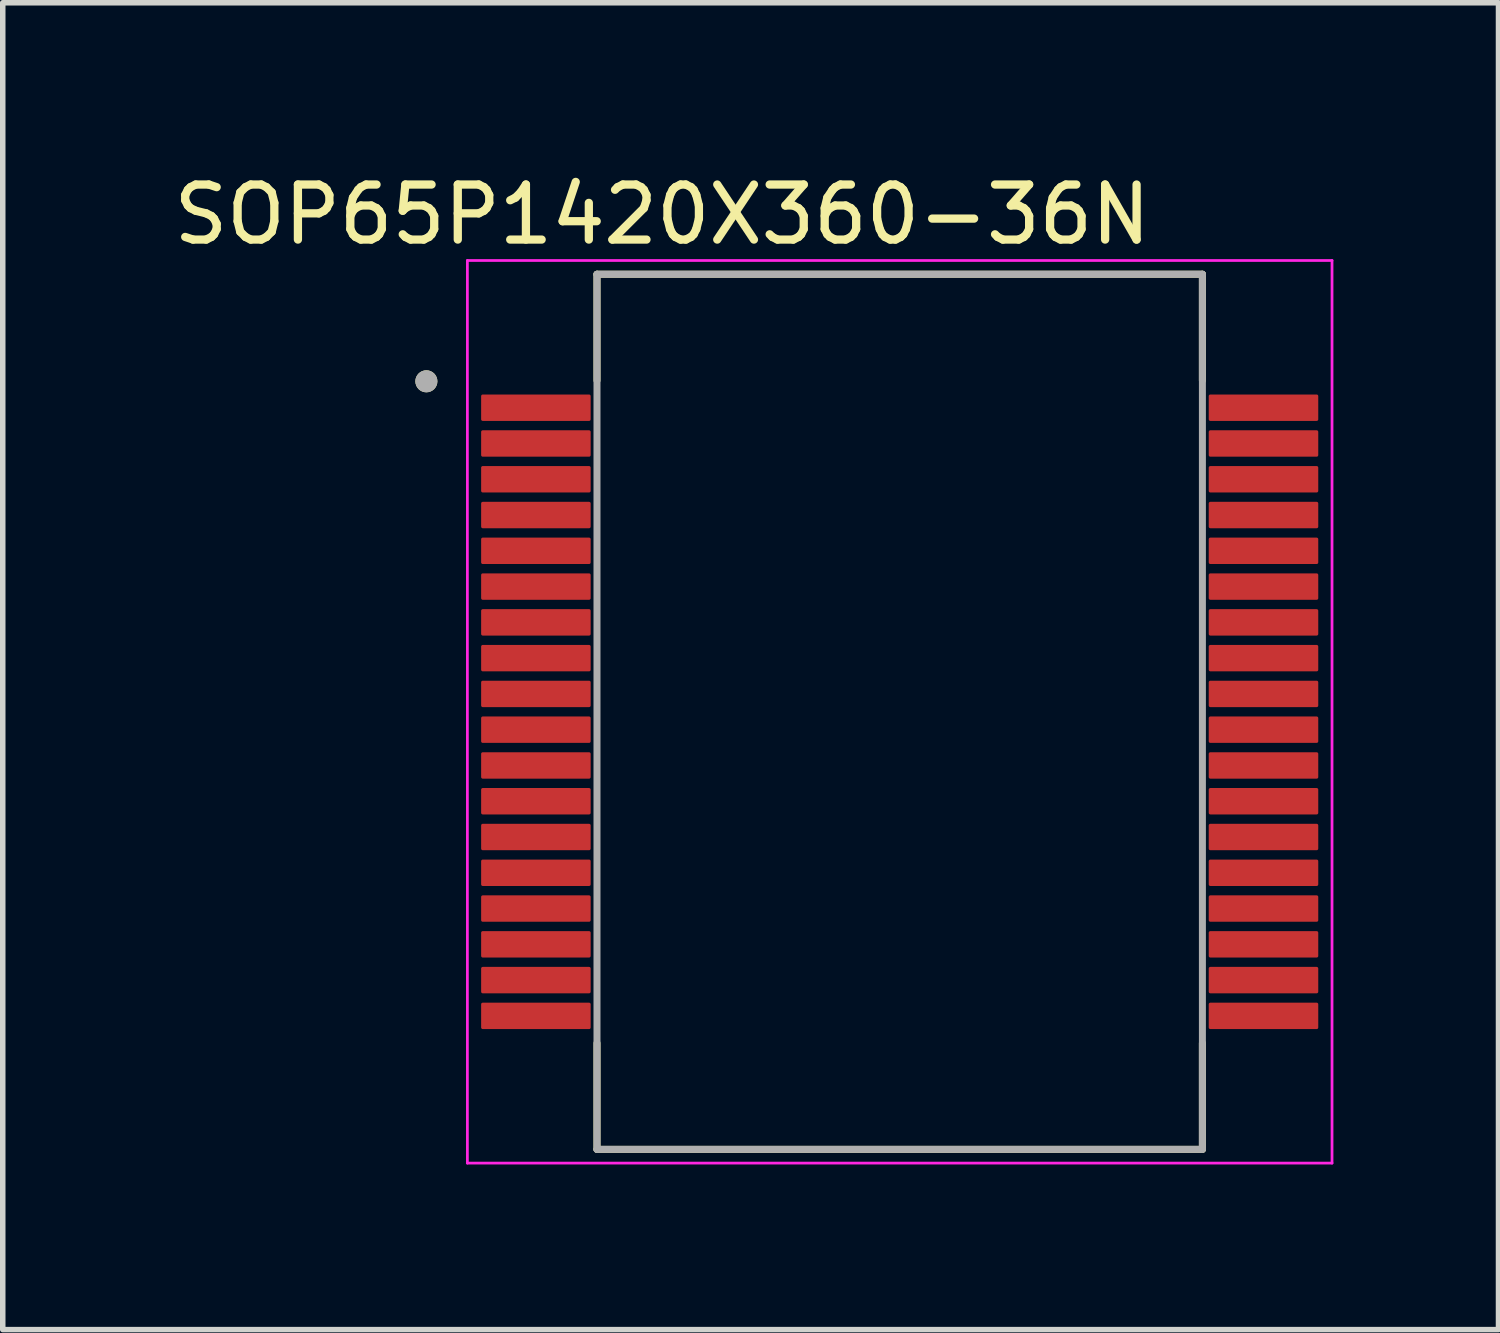
<source format=kicad_pcb>
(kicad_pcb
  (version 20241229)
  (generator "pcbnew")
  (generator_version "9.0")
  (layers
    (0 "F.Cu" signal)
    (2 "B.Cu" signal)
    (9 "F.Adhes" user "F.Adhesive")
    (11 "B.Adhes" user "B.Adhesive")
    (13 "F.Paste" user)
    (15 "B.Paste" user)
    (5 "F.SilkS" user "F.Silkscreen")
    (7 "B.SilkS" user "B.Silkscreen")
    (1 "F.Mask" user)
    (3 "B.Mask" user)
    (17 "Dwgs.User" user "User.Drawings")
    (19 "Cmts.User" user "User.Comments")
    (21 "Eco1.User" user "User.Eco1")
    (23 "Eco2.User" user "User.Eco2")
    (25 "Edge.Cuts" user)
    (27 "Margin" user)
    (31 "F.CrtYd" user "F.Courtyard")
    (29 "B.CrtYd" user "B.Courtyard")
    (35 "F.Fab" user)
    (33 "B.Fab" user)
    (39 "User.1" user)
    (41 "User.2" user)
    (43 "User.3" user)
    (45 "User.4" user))
  (footprint "SOP65P1420X360-36N"
    (layer "F.Cu")
    (at 13.297 9.883)
    (property "Reference" "SOP65P1420X360-36N" (at -4.315 -9.035 0) (layer "F.SilkS") (effects (font (size 1 1) (thickness 0.15))))
    (attr smd)
    (fp_line (start -5.5 -7.95) (end -5.5 -6.02) (stroke (width 0.127) (type solid)) (layer "F.SilkS"))
    (fp_line (start -5.5 -7.95) (end 5.5 -7.95) (stroke (width 0.127) (type solid)) (layer "F.SilkS"))
    (fp_line (start -5.5 7.95) (end -5.5 6.02) (stroke (width 0.127) (type solid)) (layer "F.SilkS"))
    (fp_line (start -5.5 7.95) (end 5.5 7.95) (stroke (width 0.127) (type solid)) (layer "F.SilkS"))
    (fp_line (start 5.5 -7.95) (end 5.5 -6.02) (stroke (width 0.127) (type solid)) (layer "F.SilkS"))
    (fp_line (start 5.5 7.95) (end 5.5 6.02) (stroke (width 0.127) (type solid)) (layer "F.SilkS"))
    (fp_circle (center -8.6 -6.005) (end -8.5 -6.005) (stroke (width 0.2) (type solid)) (fill no) (layer "F.SilkS"))
    (fp_line (start -7.855 -8.2) (end -7.855 8.2) (stroke (width 0.05) (type solid)) (layer "F.CrtYd"))
    (fp_line (start -7.855 -8.2) (end 7.855 -8.2) (stroke (width 0.05) (type solid)) (layer "F.CrtYd"))
    (fp_line (start -7.855 8.2) (end 7.855 8.2) (stroke (width 0.05) (type solid)) (layer "F.CrtYd"))
    (fp_line (start 7.855 -8.2) (end 7.855 8.2) (stroke (width 0.05) (type solid)) (layer "F.CrtYd"))
    (fp_line (start -5.5 -7.95) (end -5.5 7.95) (stroke (width 0.127) (type solid)) (layer "F.Fab"))
    (fp_line (start -5.5 -7.95) (end 5.5 -7.95) (stroke (width 0.127) (type solid)) (layer "F.Fab"))
    (fp_line (start -5.5 7.95) (end 5.5 7.95) (stroke (width 0.127) (type solid)) (layer "F.Fab"))
    (fp_line (start 5.5 -7.95) (end 5.5 7.95) (stroke (width 0.127) (type solid)) (layer "F.Fab"))
    (fp_circle (center -8.6 -6.005) (end -8.5 -6.005) (stroke (width 0.2) (type solid)) (fill no) (layer "F.Fab"))
    (pad "1" smd roundrect (at -6.61 -5.525) (size 1.99 0.48) (layers "F.Cu" "F.Mask" "F.Paste") (roundrect_rratio 0.06))
    (pad "2" smd roundrect (at -6.61 -4.875) (size 1.99 0.48) (layers "F.Cu" "F.Mask" "F.Paste") (roundrect_rratio 0.06))
    (pad "3" smd roundrect (at -6.61 -4.225) (size 1.99 0.48) (layers "F.Cu" "F.Mask" "F.Paste") (roundrect_rratio 0.06))
    (pad "4" smd roundrect (at -6.61 -3.575) (size 1.99 0.48) (layers "F.Cu" "F.Mask" "F.Paste") (roundrect_rratio 0.06))
    (pad "5" smd roundrect (at -6.61 -2.925) (size 1.99 0.48) (layers "F.Cu" "F.Mask" "F.Paste") (roundrect_rratio 0.06))
    (pad "6" smd roundrect (at -6.61 -2.275) (size 1.99 0.48) (layers "F.Cu" "F.Mask" "F.Paste") (roundrect_rratio 0.06))
    (pad "7" smd roundrect (at -6.61 -1.625) (size 1.99 0.48) (layers "F.Cu" "F.Mask" "F.Paste") (roundrect_rratio 0.06))
    (pad "8" smd roundrect (at -6.61 -0.975) (size 1.99 0.48) (layers "F.Cu" "F.Mask" "F.Paste") (roundrect_rratio 0.06))
    (pad "9" smd roundrect (at -6.61 -0.325) (size 1.99 0.48) (layers "F.Cu" "F.Mask" "F.Paste") (roundrect_rratio 0.06))
    (pad "10" smd roundrect (at -6.61 0.325) (size 1.99 0.48) (layers "F.Cu" "F.Mask" "F.Paste") (roundrect_rratio 0.06))
    (pad "11" smd roundrect (at -6.61 0.975) (size 1.99 0.48) (layers "F.Cu" "F.Mask" "F.Paste") (roundrect_rratio 0.06))
    (pad "12" smd roundrect (at -6.61 1.625) (size 1.99 0.48) (layers "F.Cu" "F.Mask" "F.Paste") (roundrect_rratio 0.06))
    (pad "13" smd roundrect (at -6.61 2.275) (size 1.99 0.48) (layers "F.Cu" "F.Mask" "F.Paste") (roundrect_rratio 0.06))
    (pad "14" smd roundrect (at -6.61 2.925) (size 1.99 0.48) (layers "F.Cu" "F.Mask" "F.Paste") (roundrect_rratio 0.06))
    (pad "15" smd roundrect (at -6.61 3.575) (size 1.99 0.48) (layers "F.Cu" "F.Mask" "F.Paste") (roundrect_rratio 0.06))
    (pad "16" smd roundrect (at -6.61 4.225) (size 1.99 0.48) (layers "F.Cu" "F.Mask" "F.Paste") (roundrect_rratio 0.06))
    (pad "17" smd roundrect (at -6.61 4.875) (size 1.99 0.48) (layers "F.Cu" "F.Mask" "F.Paste") (roundrect_rratio 0.06))
    (pad "18" smd roundrect (at -6.61 5.525) (size 1.99 0.48) (layers "F.Cu" "F.Mask" "F.Paste") (roundrect_rratio 0.06))
    (pad "19" smd roundrect (at 6.61 5.525) (size 1.99 0.48) (layers "F.Cu" "F.Mask" "F.Paste") (roundrect_rratio 0.06))
    (pad "20" smd roundrect (at 6.61 4.875) (size 1.99 0.48) (layers "F.Cu" "F.Mask" "F.Paste") (roundrect_rratio 0.06))
    (pad "21" smd roundrect (at 6.61 4.225) (size 1.99 0.48) (layers "F.Cu" "F.Mask" "F.Paste") (roundrect_rratio 0.06))
    (pad "22" smd roundrect (at 6.61 3.575) (size 1.99 0.48) (layers "F.Cu" "F.Mask" "F.Paste") (roundrect_rratio 0.06))
    (pad "23" smd roundrect (at 6.61 2.925) (size 1.99 0.48) (layers "F.Cu" "F.Mask" "F.Paste") (roundrect_rratio 0.06))
    (pad "24" smd roundrect (at 6.61 2.275) (size 1.99 0.48) (layers "F.Cu" "F.Mask" "F.Paste") (roundrect_rratio 0.06))
    (pad "25" smd roundrect (at 6.61 1.625) (size 1.99 0.48) (layers "F.Cu" "F.Mask" "F.Paste") (roundrect_rratio 0.06))
    (pad "26" smd roundrect (at 6.61 0.975) (size 1.99 0.48) (layers "F.Cu" "F.Mask" "F.Paste") (roundrect_rratio 0.06))
    (pad "27" smd roundrect (at 6.61 0.325) (size 1.99 0.48) (layers "F.Cu" "F.Mask" "F.Paste") (roundrect_rratio 0.06))
    (pad "28" smd roundrect (at 6.61 -0.325) (size 1.99 0.48) (layers "F.Cu" "F.Mask" "F.Paste") (roundrect_rratio 0.06))
    (pad "29" smd roundrect (at 6.61 -0.975) (size 1.99 0.48) (layers "F.Cu" "F.Mask" "F.Paste") (roundrect_rratio 0.06))
    (pad "30" smd roundrect (at 6.61 -1.625) (size 1.99 0.48) (layers "F.Cu" "F.Mask" "F.Paste") (roundrect_rratio 0.06))
    (pad "31" smd roundrect (at 6.61 -2.275) (size 1.99 0.48) (layers "F.Cu" "F.Mask" "F.Paste") (roundrect_rratio 0.06))
    (pad "32" smd roundrect (at 6.61 -2.925) (size 1.99 0.48) (layers "F.Cu" "F.Mask" "F.Paste") (roundrect_rratio 0.06))
    (pad "33" smd roundrect (at 6.61 -3.575) (size 1.99 0.48) (layers "F.Cu" "F.Mask" "F.Paste") (roundrect_rratio 0.06))
    (pad "34" smd roundrect (at 6.61 -4.225) (size 1.99 0.48) (layers "F.Cu" "F.Mask" "F.Paste") (roundrect_rratio 0.06))
    (pad "35" smd roundrect (at 6.61 -4.875) (size 1.99 0.48) (layers "F.Cu" "F.Mask" "F.Paste") (roundrect_rratio 0.06))
    (pad "36" smd roundrect (at 6.61 -5.525) (size 1.99 0.48) (layers "F.Cu" "F.Mask" "F.Paste") (roundrect_rratio 0.06)))
  (gr_rect
    (start -3 -3)
    (end 24.177 21.108)
    (stroke (width 0.1) (type default))
    (fill no)
    (layer "Edge.Cuts")))
</source>
